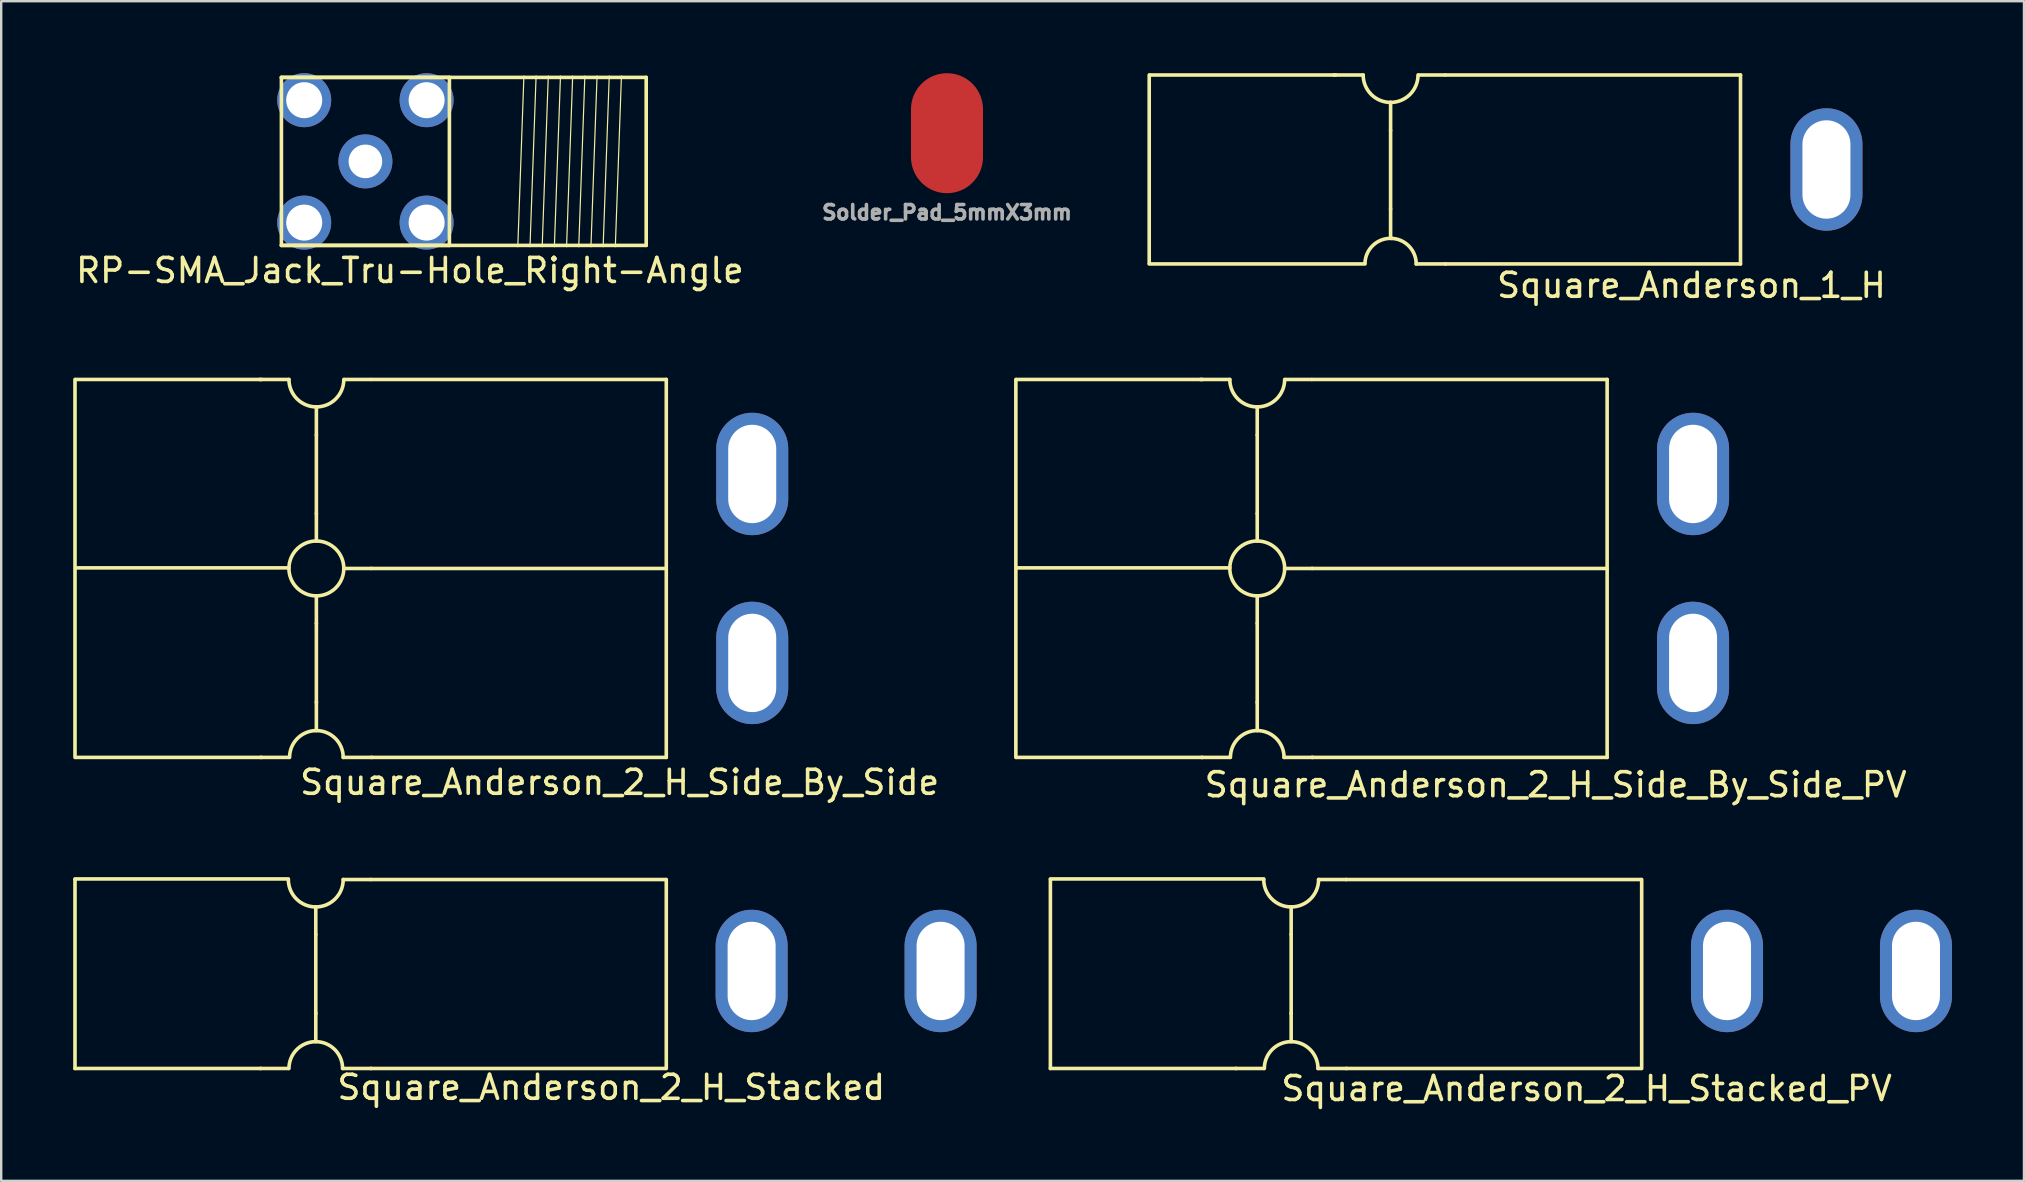
<source format=kicad_pcb>
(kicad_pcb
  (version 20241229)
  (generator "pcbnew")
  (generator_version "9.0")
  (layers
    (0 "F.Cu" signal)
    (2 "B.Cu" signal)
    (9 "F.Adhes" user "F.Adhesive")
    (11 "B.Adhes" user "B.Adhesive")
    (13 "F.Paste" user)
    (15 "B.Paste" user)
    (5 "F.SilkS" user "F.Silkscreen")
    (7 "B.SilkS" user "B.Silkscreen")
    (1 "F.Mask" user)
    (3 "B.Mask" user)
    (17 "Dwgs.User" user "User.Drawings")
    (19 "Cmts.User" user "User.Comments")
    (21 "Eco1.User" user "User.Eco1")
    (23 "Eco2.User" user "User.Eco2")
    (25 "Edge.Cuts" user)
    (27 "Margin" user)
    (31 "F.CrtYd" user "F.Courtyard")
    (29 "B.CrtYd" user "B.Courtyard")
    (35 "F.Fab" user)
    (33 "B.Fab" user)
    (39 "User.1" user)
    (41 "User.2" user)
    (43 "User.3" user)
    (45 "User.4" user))
  (footprint "Solder_Pad_5mmX3mm"
    (layer "F.Cu")
    (at 36.41 2.5)
    (property "Reference" "Solder_Pad_5mmX3mm" (at 0 3.302 0) (layer "F.Fab") (effects (font (size 0.6 0.6) (thickness 0.15))))
    (attr through_hole)
    (pad "1" smd oval (at 0 0) (size 3 5) (layers "F.Cu" "F.Mask" "F.Paste")))
  (footprint "Square_Anderson_2_H_Stacked"
    (layer "F.Cu")
    (at 28.569 36.458)
    (property "Reference" "Square_Anderson_2_H_Stacked" (at -6.15 5.8 0) (layer "F.SilkS") (effects (font (size 1 1) (thickness 0.15))))
    (attr through_hole)
    (fp_line (start -28.494 -2.885) (end -19.604 -2.885) (stroke (width 0.15) (type solid)) (layer "F.SilkS"))
    (fp_line (start -28.494 -2.86) (end -28.494 5.014) (stroke (width 0.15) (type solid)) (layer "F.SilkS"))
    (fp_line (start -20.772 5.014) (end -19.604 5.014) (stroke (width 0.15) (type solid)) (layer "F.SilkS"))
    (fp_line (start -20.747 5.014) (end -28.494 5.014) (stroke (width 0.15) (type solid)) (layer "F.SilkS"))
    (fp_line (start -18.461 -0.574) (end -18.461 -1.717) (stroke (width 0.15) (type solid)) (layer "F.SilkS"))
    (fp_line (start -18.461 -0.574) (end -18.461 2.728) (stroke (width 0.15) (type solid)) (layer "F.SilkS"))
    (fp_line (start -18.461 2.703) (end -18.461 3.871) (stroke (width 0.15) (type solid)) (layer "F.SilkS"))
    (fp_line (start -16.175 -2.86) (end -17.318 -2.86) (stroke (width 0.15) (type solid)) (layer "F.SilkS"))
    (fp_line (start -16.175 -2.86) (end -3.881 -2.86) (stroke (width 0.15) (type solid)) (layer "F.SilkS"))
    (fp_line (start -16.175 5.014) (end -3.881 5.014) (stroke (width 0.15) (type solid)) (layer "F.SilkS"))
    (fp_line (start -16.15 5.014) (end -17.343 5.014) (stroke (width 0.15) (type solid)) (layer "F.SilkS"))
    (fp_line (start -3.856 5.014) (end -3.856 -2.86) (stroke (width 0.15) (type solid)) (layer "F.SilkS"))
    (fp_arc (start -19.5786 5.014) (mid -19.251263 4.223737) (end -18.461 3.8964) (stroke (width 0.15) (type solid)) (layer "F.SilkS"))
    (fp_arc (start -18.461 -1.717) (mid -19.269223 -2.051777) (end -19.604 -2.86) (stroke (width 0.15) (type solid)) (layer "F.SilkS"))
    (fp_arc (start -18.461 3.8964) (mid -17.670737 4.223737) (end -17.3434 5.014) (stroke (width 0.15) (type solid)) (layer "F.SilkS"))
    (fp_arc (start -17.318 -2.86) (mid -17.652777 -2.051777) (end -18.461 -1.717) (stroke (width 0.15) (type solid)) (layer "F.SilkS"))
    (pad "1" thru_hole oval (at 7.574 0.95) (size 3 5.1) (drill oval 2 4.1) (layers "*.Cu" "*.Mask" "F.Paste"))
    (pad "4" thru_hole oval (at -0.3 0.95) (size 3 5.1) (drill oval 2 4.1) (layers "*.Cu" "*.Mask" "F.Paste")))
  (footprint "RP-SMA_Jack_Tru-Hole_Right-Angle"
    (layer "F.Cu")
    (at 12.176 3.675)
    (property "Reference" "RP-SMA_Jack_Tru-Hole_Right-Angle" (at 1.854 4.547 0) (layer "F.SilkS") (effects (font (size 1 1) (thickness 0.15))))
    (attr through_hole)
    (fp_line (start -3.5 -3.5) (end -3.5 3.5) (stroke (width 0.15) (type solid)) (layer "F.SilkS"))
    (fp_line (start -3.5 -3.5) (end 11.7 -3.5) (stroke (width 0.15) (type solid)) (layer "F.SilkS"))
    (fp_line (start -3.5 3.5) (end 3.5 3.5) (stroke (width 0.15) (type solid)) (layer "F.SilkS"))
    (fp_line (start -3.5 3.5) (end 11.7 3.5) (stroke (width 0.15) (type solid)) (layer "F.SilkS"))
    (fp_line (start 3.5 -3.5) (end -3.5 -3.5) (stroke (width 0.15) (type solid)) (layer "F.SilkS"))
    (fp_line (start 3.5 3.5) (end 3.5 -3.5) (stroke (width 0.15) (type solid)) (layer "F.SilkS"))
    (fp_line (start 6.604 -3.556) (end 6.35 3.556) (stroke (width 0.05) (type solid)) (layer "F.SilkS"))
    (fp_line (start 7.112 -3.556) (end 6.858 3.556) (stroke (width 0.05) (type solid)) (layer "F.SilkS"))
    (fp_line (start 7.62 -3.556) (end 7.366 3.556) (stroke (width 0.05) (type solid)) (layer "F.SilkS"))
    (fp_line (start 8.128 -3.556) (end 7.874 3.556) (stroke (width 0.05) (type solid)) (layer "F.SilkS"))
    (fp_line (start 8.636 -3.556) (end 8.382 3.556) (stroke (width 0.05) (type solid)) (layer "F.SilkS"))
    (fp_line (start 9.144 -3.556) (end 8.89 3.556) (stroke (width 0.05) (type solid)) (layer "F.SilkS"))
    (fp_line (start 9.652 -3.556) (end 9.398 3.556) (stroke (width 0.05) (type solid)) (layer "F.SilkS"))
    (fp_line (start 10.16 -3.556) (end 9.906 3.556) (stroke (width 0.05) (type solid)) (layer "F.SilkS"))
    (fp_line (start 10.668 -3.556) (end 10.414 3.556) (stroke (width 0.05) (type solid)) (layer "F.SilkS"))
    (fp_line (start 11.7 3.5) (end 11.7 -3.5) (stroke (width 0.15) (type solid)) (layer "F.SilkS"))
    (pad "1" thru_hole circle (at 0 0 90) (size 2.25 2.25) (drill 1.4) (layers "*.Cu" "*.Mask"))
    (pad "2" thru_hole circle (at -2.55 -2.55 90) (size 2.25 2.25) (drill 1.5) (layers "*.Cu" "*.Mask"))
    (pad "2" thru_hole circle (at -2.55 2.55 90) (size 2.25 2.25) (drill 1.5) (layers "*.Cu" "*.Mask"))
    (pad "2" thru_hole circle (at 2.55 -2.55 90) (size 2.25 2.25) (drill 1.5) (layers "*.Cu" "*.Mask"))
    (pad "2" thru_hole circle (at 2.55 2.55 90) (size 2.25 2.25) (drill 1.5) (layers "*.Cu" "*.Mask")))
  (footprint "Square_Anderson_1_H"
    (layer "F.Cu")
    (at 73.33 3.889)
    (property "Reference" "Square_Anderson_1_H" (at -5.9 4.95 0) (layer "F.SilkS") (effects (font (size 1 1) (thickness 0.15))))
    (attr through_hole)
    (fp_line (start -28.494 -3.814) (end -28.494 4.035) (stroke (width 0.15) (type solid)) (layer "F.SilkS"))
    (fp_line (start -28.494 4.06) (end -19.502 4.06) (stroke (width 0.15) (type solid)) (layer "F.SilkS"))
    (fp_line (start -28.469 -3.814) (end -20.722 -3.814) (stroke (width 0.15) (type solid)) (layer "F.SilkS"))
    (fp_line (start -19.579 -3.814) (end -20.798 -3.814) (stroke (width 0.15) (type solid)) (layer "F.SilkS"))
    (fp_line (start -18.436 -2.671) (end -18.436 -1.503) (stroke (width 0.15) (type solid)) (layer "F.SilkS"))
    (fp_line (start -18.436 1.774) (end -18.436 -1.503) (stroke (width 0.15) (type solid)) (layer "F.SilkS"))
    (fp_line (start -18.436 1.774) (end -18.436 2.917) (stroke (width 0.15) (type solid)) (layer "F.SilkS"))
    (fp_line (start -17.369 4.06) (end -16.15 4.06) (stroke (width 0.15) (type solid)) (layer "F.SilkS"))
    (fp_line (start -16.175 -3.814) (end -17.267 -3.814) (stroke (width 0.15) (type solid)) (layer "F.SilkS"))
    (fp_line (start -16.15 -3.814) (end -3.856 -3.814) (stroke (width 0.15) (type solid)) (layer "F.SilkS"))
    (fp_line (start -16.15 4.06) (end -3.856 4.06) (stroke (width 0.15) (type solid)) (layer "F.SilkS"))
    (fp_line (start -3.856 4.06) (end -3.856 -3.814) (stroke (width 0.15) (type solid)) (layer "F.SilkS"))
    (fp_arc (start -19.5024 4.0092) (mid -19.15402 3.269737) (end -18.3848 2.9932) (stroke (width 0.15) (type solid)) (layer "F.SilkS"))
    (fp_arc (start -18.4356 -2.671) (mid -19.243823 -3.005777) (end -19.5786 -3.814) (stroke (width 0.15) (type solid)) (layer "F.SilkS"))
    (fp_arc (start -18.4356 2.9932) (mid -17.681258 3.305658) (end -17.3688 4.06) (stroke (width 0.15) (type solid)) (layer "F.SilkS"))
    (fp_arc (start -17.2926 -3.814) (mid -17.627377 -3.005777) (end -18.4356 -2.671) (stroke (width 0.15) (type solid)) (layer "F.SilkS"))
    (pad "1" thru_hole oval (at -0.275 0.123) (size 3 5.1) (drill oval 2 4.1) (layers "*.Cu" "*.Mask" "F.Paste")))
  (footprint "Square_Anderson_2_H_Side_By_Side"
    (layer "F.Cu")
    (at 28.669 16.149)
    (property "Reference" "Square_Anderson_2_H_Side_By_Side" (at -5.9 13.4 0) (layer "F.SilkS") (effects (font (size 1 1) (thickness 0.15))))
    (attr through_hole)
    (fp_line (start -28.594 -3.387) (end -28.594 12.361) (stroke (width 0.15) (type solid)) (layer "F.SilkS"))
    (fp_line (start -28.569 -3.387) (end -20.822 -3.387) (stroke (width 0.15) (type solid)) (layer "F.SilkS"))
    (fp_line (start -28.569 4.462) (end -19.679 4.462) (stroke (width 0.15) (type solid)) (layer "F.SilkS"))
    (fp_line (start -20.847 12.361) (end -19.679 12.361) (stroke (width 0.15) (type solid)) (layer "F.SilkS"))
    (fp_line (start -20.822 12.361) (end -28.569 12.361) (stroke (width 0.15) (type solid)) (layer "F.SilkS"))
    (fp_line (start -19.679 -3.387) (end -20.898 -3.387) (stroke (width 0.15) (type solid)) (layer "F.SilkS"))
    (fp_line (start -18.536 -2.244) (end -18.536 -1.076) (stroke (width 0.15) (type solid)) (layer "F.SilkS"))
    (fp_line (start -18.536 2.201) (end -18.536 -1.076) (stroke (width 0.15) (type solid)) (layer "F.SilkS"))
    (fp_line (start -18.536 2.201) (end -18.536 3.344) (stroke (width 0.15) (type solid)) (layer "F.SilkS"))
    (fp_line (start -18.536 6.773) (end -18.536 5.63) (stroke (width 0.15) (type solid)) (layer "F.SilkS"))
    (fp_line (start -18.536 6.773) (end -18.536 10.075) (stroke (width 0.15) (type solid)) (layer "F.SilkS"))
    (fp_line (start -18.536 10.05) (end -18.536 11.218) (stroke (width 0.15) (type solid)) (layer "F.SilkS"))
    (fp_line (start -16.275 -3.387) (end -17.367 -3.387) (stroke (width 0.15) (type solid)) (layer "F.SilkS"))
    (fp_line (start -16.25 -3.387) (end -3.956 -3.387) (stroke (width 0.15) (type solid)) (layer "F.SilkS"))
    (fp_line (start -16.25 4.487) (end -17.393 4.487) (stroke (width 0.15) (type solid)) (layer "F.SilkS"))
    (fp_line (start -16.25 4.487) (end -3.956 4.487) (stroke (width 0.15) (type solid)) (layer "F.SilkS"))
    (fp_line (start -16.25 12.361) (end -3.956 12.361) (stroke (width 0.15) (type solid)) (layer "F.SilkS"))
    (fp_line (start -16.224 12.361) (end -17.418 12.361) (stroke (width 0.15) (type solid)) (layer "F.SilkS"))
    (fp_line (start -3.956 -3.387) (end -3.956 12.361) (stroke (width 0.15) (type solid)) (layer "F.SilkS"))
    (fp_arc (start -19.6532 12.361) (mid -19.325863 11.570737) (end -18.5356 11.2434) (stroke (width 0.15) (type solid)) (layer "F.SilkS"))
    (fp_arc (start -18.5356 -2.244) (mid -19.343823 -2.578777) (end -19.6786 -3.387) (stroke (width 0.15) (type solid)) (layer "F.SilkS"))
    (fp_arc (start -18.5356 11.2434) (mid -17.745337 11.570737) (end -17.418 12.361) (stroke (width 0.15) (type solid)) (layer "F.SilkS"))
    (fp_arc (start -17.3926 -3.387) (mid -17.727377 -2.578777) (end -18.5356 -2.244) (stroke (width 0.15) (type solid)) (layer "F.SilkS"))
    (fp_circle (center -18.536 4.487) (end -18.536 5.63) (stroke (width 0.15) (type solid)) (fill no) (layer "F.SilkS"))
    (pad "1" thru_hole oval (at -0.375 0.55) (size 3 5.1) (drill oval 2 4.1) (layers "*.Cu" "*.Mask" "F.Paste"))
    (pad "2" thru_hole oval (at -0.375 8.424) (size 3 5.1) (drill oval 2 4.1) (layers "*.Cu" "*.Mask" "F.Paste")))
  (footprint "Square_Anderson_2_H_Side_By_Side_PV"
    (layer "F.Cu")
    (at 67.623 16.399)
    (property "Reference" "Square_Anderson_2_H_Side_By_Side_PV" (at -5.85 13.25 0) (layer "F.SilkS") (effects (font (size 1 1) (thickness 0.15))))
    (attr through_hole)
    (fp_line (start -28.344 -3.637) (end -28.344 12.111) (stroke (width 0.15) (type solid)) (layer "F.SilkS"))
    (fp_line (start -28.319 -3.637) (end -20.572 -3.637) (stroke (width 0.15) (type solid)) (layer "F.SilkS"))
    (fp_line (start -28.319 4.212) (end -19.429 4.212) (stroke (width 0.15) (type solid)) (layer "F.SilkS"))
    (fp_line (start -20.597 12.111) (end -19.429 12.111) (stroke (width 0.15) (type solid)) (layer "F.SilkS"))
    (fp_line (start -20.572 12.111) (end -28.319 12.111) (stroke (width 0.15) (type solid)) (layer "F.SilkS"))
    (fp_line (start -19.429 -3.637) (end -20.648 -3.637) (stroke (width 0.15) (type solid)) (layer "F.SilkS"))
    (fp_line (start -18.286 -2.494) (end -18.286 -1.326) (stroke (width 0.15) (type solid)) (layer "F.SilkS"))
    (fp_line (start -18.286 1.951) (end -18.286 -1.326) (stroke (width 0.15) (type solid)) (layer "F.SilkS"))
    (fp_line (start -18.286 1.951) (end -18.286 3.094) (stroke (width 0.15) (type solid)) (layer "F.SilkS"))
    (fp_line (start -18.286 6.523) (end -18.286 5.38) (stroke (width 0.15) (type solid)) (layer "F.SilkS"))
    (fp_line (start -18.286 6.523) (end -18.286 9.825) (stroke (width 0.15) (type solid)) (layer "F.SilkS"))
    (fp_line (start -18.286 9.8) (end -18.286 10.968) (stroke (width 0.15) (type solid)) (layer "F.SilkS"))
    (fp_line (start -16.025 -3.637) (end -17.117 -3.637) (stroke (width 0.15) (type solid)) (layer "F.SilkS"))
    (fp_line (start -16 -3.637) (end -3.706 -3.637) (stroke (width 0.15) (type solid)) (layer "F.SilkS"))
    (fp_line (start -16 4.237) (end -17.143 4.237) (stroke (width 0.15) (type solid)) (layer "F.SilkS"))
    (fp_line (start -16 4.237) (end -3.706 4.237) (stroke (width 0.15) (type solid)) (layer "F.SilkS"))
    (fp_line (start -16 12.111) (end -3.706 12.111) (stroke (width 0.15) (type solid)) (layer "F.SilkS"))
    (fp_line (start -15.974 12.111) (end -17.168 12.111) (stroke (width 0.15) (type solid)) (layer "F.SilkS"))
    (fp_line (start -3.706 -3.637) (end -3.706 12.111) (stroke (width 0.15) (type solid)) (layer "F.SilkS"))
    (fp_arc (start -19.4032 12.111) (mid -19.075863 11.320737) (end -18.2856 10.9934) (stroke (width 0.15) (type solid)) (layer "F.SilkS"))
    (fp_arc (start -18.2856 -2.494) (mid -19.093823 -2.828777) (end -19.4286 -3.637) (stroke (width 0.15) (type solid)) (layer "F.SilkS"))
    (fp_arc (start -18.2856 10.9934) (mid -17.495337 11.320737) (end -17.168 12.111) (stroke (width 0.15) (type solid)) (layer "F.SilkS"))
    (fp_arc (start -17.1426 -3.637) (mid -17.477377 -2.828777) (end -18.2856 -2.494) (stroke (width 0.15) (type solid)) (layer "F.SilkS"))
    (fp_circle (center -18.286 4.237) (end -18.286 5.38) (stroke (width 0.15) (type solid)) (fill no) (layer "F.SilkS"))
    (pad "1" thru_hole oval (at -0.125 0.3) (size 3 5.1) (drill oval 2 4.1) (layers "*.Cu" "*.Mask"))
    (pad "4" thru_hole oval (at -0.125 8.174) (size 3 5.1) (drill oval 2 4.1) (layers "*.Cu" "*.Mask")))
  (footprint "Square_Anderson_2_H_Stacked_PV"
    (layer "F.Cu")
    (at 69.362 37.058)
    (property "Reference" "Square_Anderson_2_H_Stacked_PV" (at -6.3 5.25 0) (layer "F.SilkS") (effects (font (size 1 1) (thickness 0.15))))
    (attr through_hole)
    (fp_line (start -28.644 -3.485) (end -19.754 -3.485) (stroke (width 0.15) (type solid)) (layer "F.SilkS"))
    (fp_line (start -28.644 -3.46) (end -28.644 4.414) (stroke (width 0.15) (type solid)) (layer "F.SilkS"))
    (fp_line (start -20.922 4.414) (end -19.754 4.414) (stroke (width 0.15) (type solid)) (layer "F.SilkS"))
    (fp_line (start -20.897 4.414) (end -28.644 4.414) (stroke (width 0.15) (type solid)) (layer "F.SilkS"))
    (fp_line (start -18.611 -1.174) (end -18.611 -2.317) (stroke (width 0.15) (type solid)) (layer "F.SilkS"))
    (fp_line (start -18.611 -1.174) (end -18.611 2.128) (stroke (width 0.15) (type solid)) (layer "F.SilkS"))
    (fp_line (start -18.611 2.103) (end -18.611 3.271) (stroke (width 0.15) (type solid)) (layer "F.SilkS"))
    (fp_line (start -16.325 -3.46) (end -17.468 -3.46) (stroke (width 0.15) (type solid)) (layer "F.SilkS"))
    (fp_line (start -16.325 -3.46) (end -4.031 -3.46) (stroke (width 0.15) (type solid)) (layer "F.SilkS"))
    (fp_line (start -16.325 4.414) (end -4.031 4.414) (stroke (width 0.15) (type solid)) (layer "F.SilkS"))
    (fp_line (start -16.3 4.414) (end -17.493 4.414) (stroke (width 0.15) (type solid)) (layer "F.SilkS"))
    (fp_line (start -4.006 4.414) (end -4.006 -3.46) (stroke (width 0.15) (type solid)) (layer "F.SilkS"))
    (fp_arc (start -19.7286 4.414) (mid -19.401263 3.623737) (end -18.611 3.2964) (stroke (width 0.15) (type solid)) (layer "F.SilkS"))
    (fp_arc (start -18.611 -2.317) (mid -19.419223 -2.651777) (end -19.754 -3.46) (stroke (width 0.15) (type solid)) (layer "F.SilkS"))
    (fp_arc (start -18.611 3.2964) (mid -17.820737 3.623737) (end -17.4934 4.414) (stroke (width 0.15) (type solid)) (layer "F.SilkS"))
    (fp_arc (start -17.468 -3.46) (mid -17.802777 -2.651777) (end -18.611 -2.317) (stroke (width 0.15) (type solid)) (layer "F.SilkS"))
    (pad "1" thru_hole oval (at 7.424 0.35) (size 3 5.1) (drill oval 2 4.1) (layers "*.Cu" "*.Mask" "F.Paste"))
    (pad "2" thru_hole oval (at -0.45 0.35) (size 3 5.1) (drill oval 2 4.1) (layers "*.Cu" "*.Mask" "F.Paste")))
  (gr_rect
    (start -3 -3)
    (end 81.286 46.156)
    (stroke (width 0.1) (type default))
    (fill no)
    (layer "Edge.Cuts")))
</source>
